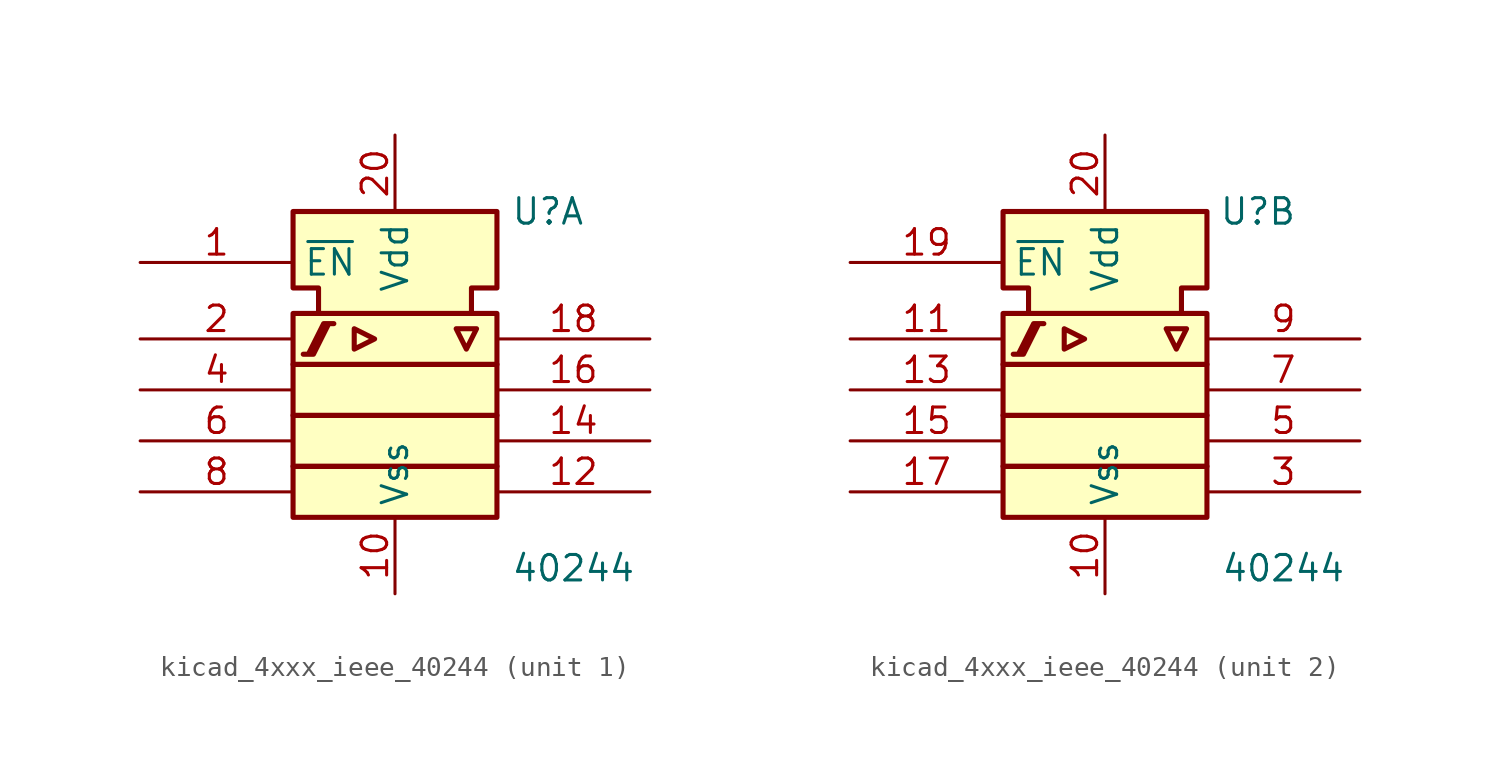
<source format=kicad_sym>
(kicad_symbol_lib
  (version 20220914)
  (generator kicad_symbol_editor)
  (symbol "kicad_4xxx_ieee_40244"
    (property "Reference" "U"
      (at 7.62 8.89 0)
      (effects (font (size 1.27 1.27))))
    (property "Value" "40244"
      (at 8.89 -8.89 0)
      (effects (font (size 1.27 1.27))))
    (symbol "kicad_4xxx_ieee_40244_0_0"
      (polyline (pts (xy -2.032 3.048) (xy -2.032 2.032) (xy -1.016 2.54) (xy -2.032 3.048) (xy -2.032 3.048)) (stroke (width 0.254) (type default)) (fill (type background)))
      (polyline (pts (xy 3.048 3.048) (xy 4.064 3.048) (xy 3.556 2.032) (xy 3.048 3.048) (xy 3.048 3.048)) (stroke (width 0.254) (type default)) (fill (type background)))
      (polyline (pts (xy -4.572 1.778) (xy -4.064 1.778) (xy -3.302 3.302) (xy -3.048 3.302) (xy -3.556 3.302) (xy -4.318 1.778) (xy -4.318 1.778)) (stroke (width 0.254) (type default)) (fill (type background))))
    (symbol "kicad_4xxx_ieee_40244_0_1"
      (rectangle (start -5.08 -3.81) (end 5.08 -6.35) (stroke (width 0.254) (type default)) (fill (type background)))
      (rectangle (start -5.08 -1.27) (end 5.08 -3.81) (stroke (width 0.254) (type default)) (fill (type background)))
      (rectangle (start -5.08 1.27) (end 5.08 -1.27) (stroke (width 0.254) (type default)) (fill (type background)))
      (rectangle (start -5.08 3.81) (end 5.08 1.27) (stroke (width 0.254) (type default)) (fill (type background)))
      (polyline (pts (xy -3.81 3.81) (xy -3.81 5.08) (xy -5.08 5.08) (xy -5.08 8.89) (xy 5.08 8.89) (xy 5.08 5.08) (xy 3.81 5.08) (xy 3.81 3.81) (xy 3.81 3.81)) (stroke (width 0.254) (type default)) (fill (type background)))
      (pin power_in line (at 0 -10.16 90) (length 3.81) (name "Vss" (effects (font (size 1.27 1.27)))) (number "10" (effects (font (size 1.27 1.27)))))
      (pin power_in line (at 0 12.7 270) (length 3.81) (name "Vdd" (effects (font (size 1.27 1.27)))) (number "20" (effects (font (size 1.27 1.27))))))
    (symbol "kicad_4xxx_ieee_40244_1_0"
      (pin output line (at 12.7 -5.08 180) (length 7.62) (name "~" (effects (font (size 1.27 1.27)))) (number "12" (effects (font (size 1.27 1.27)))))
      (pin output line (at 12.7 -2.54 180) (length 7.62) (name "~" (effects (font (size 1.27 1.27)))) (number "14" (effects (font (size 1.27 1.27)))))
      (pin output line (at 12.7 0 180) (length 7.62) (name "~" (effects (font (size 1.27 1.27)))) (number "16" (effects (font (size 1.27 1.27)))))
      (pin output line (at 12.7 2.54 180) (length 7.62) (name "~" (effects (font (size 1.27 1.27)))) (number "18" (effects (font (size 1.27 1.27)))))
      (pin input line (at -12.7 0 0) (length 7.62) (name "~" (effects (font (size 1.27 1.27)))) (number "4" (effects (font (size 1.27 1.27))))))
    (symbol "kicad_4xxx_ieee_40244_1_1"
      (pin input line (at -12.7 6.35 0) (length 7.62) (name "~{EN}" (effects (font (size 1.27 1.27)))) (number "1" (effects (font (size 1.27 1.27)))))
      (pin input line (at -12.7 2.54 0) (length 7.62) (name "~" (effects (font (size 1.27 1.27)))) (number "2" (effects (font (size 1.27 1.27)))))
      (pin input line (at -12.7 -2.54 0) (length 7.62) (name "~" (effects (font (size 1.27 1.27)))) (number "6" (effects (font (size 1.27 1.27)))))
      (pin input line (at -12.7 -5.08 0) (length 7.62) (name "~" (effects (font (size 1.27 1.27)))) (number "8" (effects (font (size 1.27 1.27))))))
    (symbol "kicad_4xxx_ieee_40244_2_0"
      (pin input line (at -12.7 2.54 0) (length 7.62) (name "~" (effects (font (size 1.27 1.27)))) (number "11" (effects (font (size 1.27 1.27)))))
      (pin input line (at -12.7 -2.54 0) (length 7.62) (name "~" (effects (font (size 1.27 1.27)))) (number "15" (effects (font (size 1.27 1.27)))))
      (pin input line (at -12.7 -5.08 0) (length 7.62) (name "~" (effects (font (size 1.27 1.27)))) (number "17" (effects (font (size 1.27 1.27)))))
      (pin input line (at -12.7 6.35 0) (length 7.62) (name "~{EN}" (effects (font (size 1.27 1.27)))) (number "19" (effects (font (size 1.27 1.27))))))
    (symbol "kicad_4xxx_ieee_40244_2_1"
      (pin input line (at -12.7 0 0) (length 7.62) (name "~" (effects (font (size 1.27 1.27)))) (number "13" (effects (font (size 1.27 1.27)))))
      (pin output line (at 12.7 -5.08 180) (length 7.62) (name "~" (effects (font (size 1.27 1.27)))) (number "3" (effects (font (size 1.27 1.27)))))
      (pin output line (at 12.7 -2.54 180) (length 7.62) (name "~" (effects (font (size 1.27 1.27)))) (number "5" (effects (font (size 1.27 1.27)))))
      (pin output line (at 12.7 0 180) (length 7.62) (name "~" (effects (font (size 1.27 1.27)))) (number "7" (effects (font (size 1.27 1.27)))))
      (pin output line (at 12.7 2.54 180) (length 7.62) (name "~" (effects (font (size 1.27 1.27)))) (number "9" (effects (font (size 1.27 1.27))))))))
</source>
